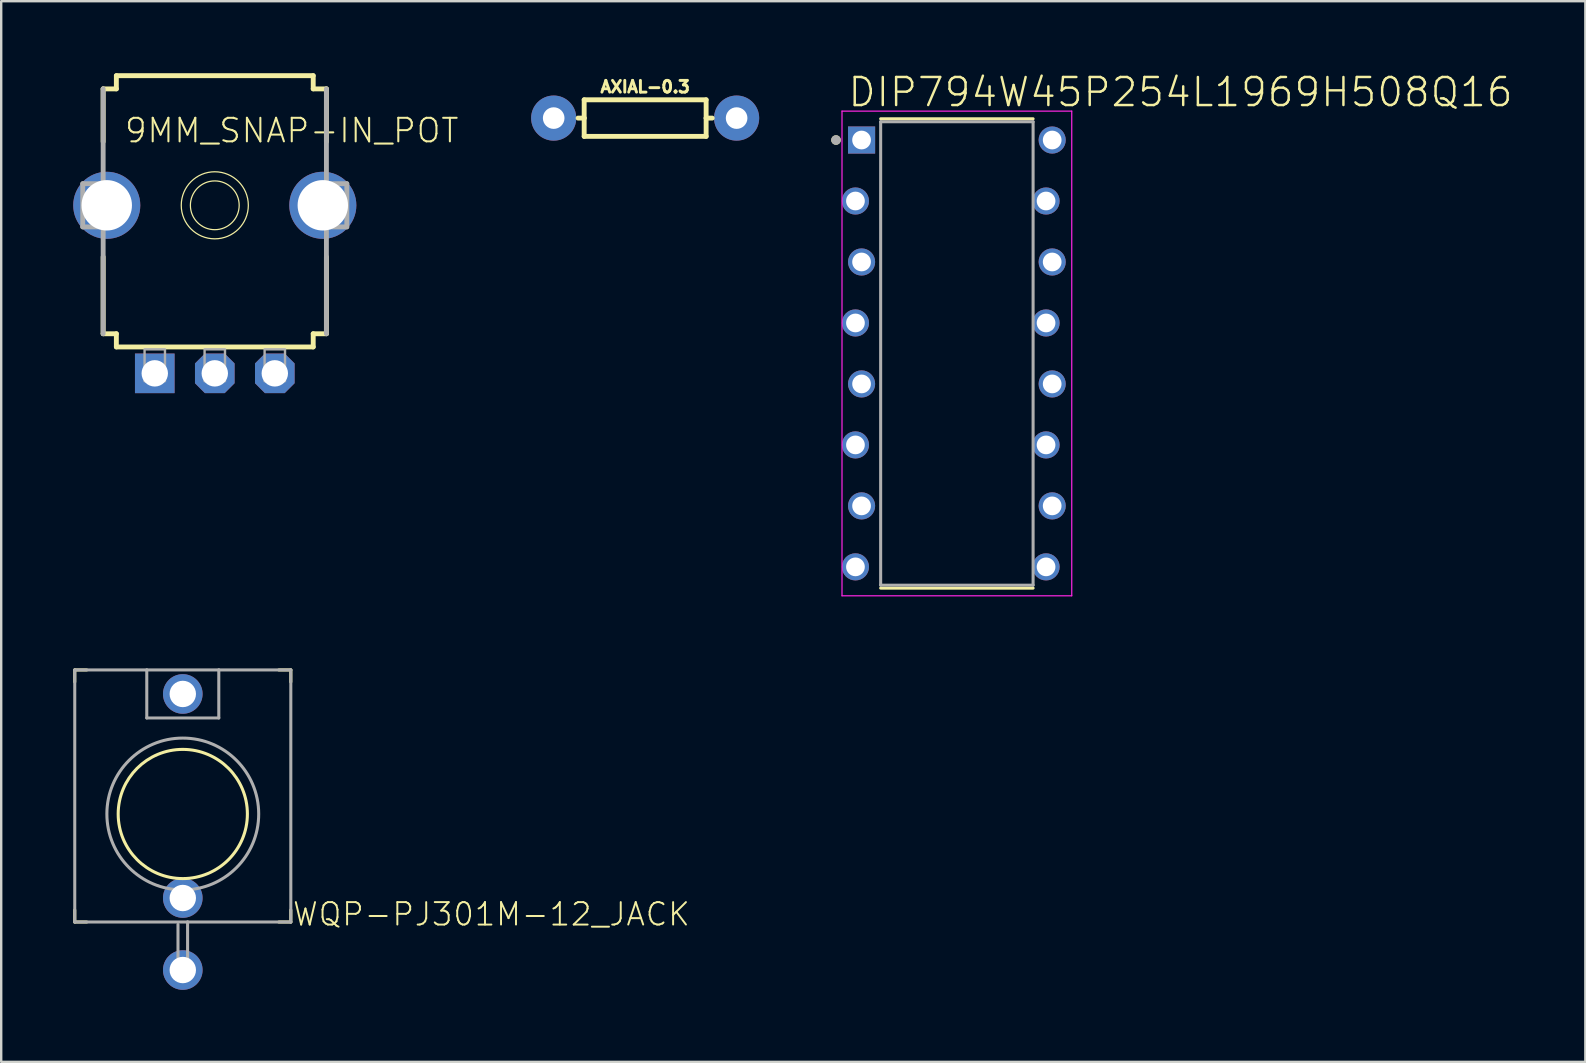
<source format=kicad_pcb>
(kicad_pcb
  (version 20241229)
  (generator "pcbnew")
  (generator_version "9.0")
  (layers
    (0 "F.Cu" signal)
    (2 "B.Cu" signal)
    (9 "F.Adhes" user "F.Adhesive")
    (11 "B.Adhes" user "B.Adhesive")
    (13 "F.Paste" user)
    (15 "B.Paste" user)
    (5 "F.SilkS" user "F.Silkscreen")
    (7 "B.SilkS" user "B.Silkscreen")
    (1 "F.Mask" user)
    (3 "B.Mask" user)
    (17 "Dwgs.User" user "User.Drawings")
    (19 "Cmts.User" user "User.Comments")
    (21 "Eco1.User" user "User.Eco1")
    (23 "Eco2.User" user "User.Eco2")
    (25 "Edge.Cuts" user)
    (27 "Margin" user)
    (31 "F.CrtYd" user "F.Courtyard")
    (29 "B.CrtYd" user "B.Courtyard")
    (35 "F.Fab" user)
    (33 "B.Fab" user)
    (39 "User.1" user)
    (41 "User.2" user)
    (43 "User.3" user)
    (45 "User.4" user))
  (footprint "DIP794W45P254L1969H508Q16"
    (layer "F.Cu")
    (at 36.809 11.673)
    (property "Reference" "DIP794W45P254L1969H508Q16" (at -4.6 -10.2 0) (layer "F.SilkS") (effects (font (size 1.168 1.168) (thickness 0.102)) (justify left bottom)))
    (fp_line (start -3.175 -9.775) (end 3.175 -9.775) (stroke (width 0.127) (type solid)) (layer "F.SilkS"))
    (fp_line (start -3.175 9.775) (end 3.175 9.775) (stroke (width 0.127) (type solid)) (layer "F.SilkS"))
    (fp_circle (center -5.035 -8.89) (end -4.935 -8.89) (stroke (width 0.2) (type solid)) (fill no) (layer "F.SilkS"))
    (fp_line (start -4.785 -10.095) (end -4.785 10.095) (stroke (width 0.05) (type solid)) (layer "F.CrtYd"))
    (fp_line (start 4.785 -10.095) (end -4.785 -10.095) (stroke (width 0.05) (type solid)) (layer "F.CrtYd"))
    (fp_line (start 4.785 -10.095) (end 4.785 10.095) (stroke (width 0.05) (type solid)) (layer "F.CrtYd"))
    (fp_line (start 4.785 10.095) (end -4.785 10.095) (stroke (width 0.05) (type solid)) (layer "F.CrtYd"))
    (fp_line (start -3.175 -9.652) (end -3.175 9.652) (stroke (width 0.127) (type solid)) (layer "F.Fab"))
    (fp_line (start -3.175 -9.652) (end 3.175 -9.652) (stroke (width 0.127) (type solid)) (layer "F.Fab"))
    (fp_line (start -3.175 9.652) (end 3.175 9.652) (stroke (width 0.127) (type solid)) (layer "F.Fab"))
    (fp_line (start 3.175 -9.652) (end 3.175 9.652) (stroke (width 0.127) (type solid)) (layer "F.Fab"))
    (fp_circle (center -5.035 -8.89) (end -4.935 -8.89) (stroke (width 0.2) (type solid)) (fill no) (layer "F.Fab"))
    (pad "1" thru_hole rect (at -3.97 -8.89) (size 1.13 1.13) (drill 0.78) (layers "*.Cu" "*.Mask"))
    (pad "2" thru_hole circle (at -4.225 -6.35) (size 1.13 1.13) (drill 0.78) (layers "*.Cu" "*.Mask"))
    (pad "3" thru_hole circle (at -3.97 -3.81) (size 1.13 1.13) (drill 0.78) (layers "*.Cu" "*.Mask"))
    (pad "4" thru_hole circle (at -4.225 -1.27) (size 1.13 1.13) (drill 0.78) (layers "*.Cu" "*.Mask"))
    (pad "5" thru_hole circle (at -3.97 1.27) (size 1.13 1.13) (drill 0.78) (layers "*.Cu" "*.Mask"))
    (pad "6" thru_hole circle (at -4.225 3.81) (size 1.13 1.13) (drill 0.78) (layers "*.Cu" "*.Mask"))
    (pad "7" thru_hole circle (at -3.97 6.35) (size 1.13 1.13) (drill 0.78) (layers "*.Cu" "*.Mask"))
    (pad "8" thru_hole circle (at -4.225 8.89) (size 1.13 1.13) (drill 0.78) (layers "*.Cu" "*.Mask"))
    (pad "9" thru_hole circle (at 3.715 8.89) (size 1.13 1.13) (drill 0.78) (layers "*.Cu" "*.Mask"))
    (pad "10" thru_hole circle (at 3.97 6.35) (size 1.13 1.13) (drill 0.78) (layers "*.Cu" "*.Mask"))
    (pad "11" thru_hole circle (at 3.715 3.81) (size 1.13 1.13) (drill 0.78) (layers "*.Cu" "*.Mask"))
    (pad "12" thru_hole circle (at 3.97 1.27) (size 1.13 1.13) (drill 0.78) (layers "*.Cu" "*.Mask"))
    (pad "13" thru_hole circle (at 3.715 -1.27) (size 1.13 1.13) (drill 0.78) (layers "*.Cu" "*.Mask"))
    (pad "14" thru_hole circle (at 3.97 -3.81) (size 1.13 1.13) (drill 0.78) (layers "*.Cu" "*.Mask"))
    (pad "15" thru_hole circle (at 3.715 -6.35) (size 1.13 1.13) (drill 0.78) (layers "*.Cu" "*.Mask"))
    (pad "16" thru_hole circle (at 3.97 -8.89) (size 1.13 1.13) (drill 0.78) (layers "*.Cu" "*.Mask")))
  (footprint "AXIAL-0.3"
    (layer "F.Cu")
    (at 23.824 1.869)
    (property "Reference" "AXIAL-0.3" (at 0 -1.016 0) (layer "F.SilkS") (effects (font (size 0.488 0.488) (thickness 0.122)) (justify bottom)))
    (fp_line (start -2.54 -0.762) (end 2.54 -0.762) (stroke (width 0.203) (type solid)) (layer "F.SilkS"))
    (fp_line (start -2.54 0) (end -2.794 0) (stroke (width 0.203) (type solid)) (layer "F.SilkS"))
    (fp_line (start -2.54 0) (end -2.54 -0.762) (stroke (width 0.203) (type solid)) (layer "F.SilkS"))
    (fp_line (start -2.54 0.762) (end -2.54 0) (stroke (width 0.203) (type solid)) (layer "F.SilkS"))
    (fp_line (start 2.54 -0.762) (end 2.54 0) (stroke (width 0.203) (type solid)) (layer "F.SilkS"))
    (fp_line (start 2.54 0) (end 2.54 0.762) (stroke (width 0.203) (type solid)) (layer "F.SilkS"))
    (fp_line (start 2.54 0) (end 2.794 0) (stroke (width 0.203) (type solid)) (layer "F.SilkS"))
    (fp_line (start 2.54 0.762) (end -2.54 0.762) (stroke (width 0.203) (type solid)) (layer "F.SilkS"))
    (pad "P$1" thru_hole circle (at -3.81 0) (size 1.88 1.88) (drill 0.9) (layers "*.Cu" "*.Mask"))
    (pad "P$2" thru_hole circle (at 3.81 0) (size 1.88 1.88) (drill 0.9) (layers "*.Cu" "*.Mask")))
  (footprint "WQP-PJ301M-12_JACK"
    (layer "F.Cu")
    (at 4.564 30.857)
    (property "Reference" "WQP-PJ301M-12_JACK" (at 4.521 4.724 180) (layer "F.SilkS") (effects (font (size 0.935 0.935) (thickness 0.081)) (justify left bottom)))
    (fp_line (start -4.5 -6) (end -4 -6) (stroke (width 0.127) (type solid)) (layer "F.SilkS"))
    (fp_line (start -4.5 -5.5) (end -4.5 -6) (stroke (width 0.127) (type solid)) (layer "F.SilkS"))
    (fp_line (start -4.5 4) (end -4.5 4.5) (stroke (width 0.127) (type solid)) (layer "F.SilkS"))
    (fp_line (start -4.5 4.5) (end -4 4.5) (stroke (width 0.127) (type solid)) (layer "F.SilkS"))
    (fp_line (start 4 -6) (end 4.5 -6) (stroke (width 0.127) (type solid)) (layer "F.SilkS"))
    (fp_line (start 4.5 -6) (end 4.5 -5.5) (stroke (width 0.127) (type solid)) (layer "F.SilkS"))
    (fp_line (start 4.5 4) (end 4.5 4.5) (stroke (width 0.127) (type solid)) (layer "F.SilkS"))
    (fp_line (start 4.5 4.5) (end 4 4.5) (stroke (width 0.127) (type solid)) (layer "F.SilkS"))
    (fp_circle (center 0 0) (end 2.691 0) (stroke (width 0.127) (type solid)) (fill no) (layer "F.SilkS"))
    (fp_line (start -4.5 -6) (end -4.5 4.5) (stroke (width 0.127) (type solid)) (layer "F.Fab"))
    (fp_line (start -4.5 -6) (end -1.5 -6) (stroke (width 0.127) (type solid)) (layer "F.Fab"))
    (fp_line (start -4.5 4.5) (end 0.2 4.5) (stroke (width 0.127) (type solid)) (layer "F.Fab"))
    (fp_line (start -1.5 -6) (end -1.5 -4) (stroke (width 0.127) (type solid)) (layer "F.Fab"))
    (fp_line (start -1.5 -6) (end 1.5 -6) (stroke (width 0.127) (type solid)) (layer "F.Fab"))
    (fp_line (start -1.5 -4) (end 1.5 -4) (stroke (width 0.127) (type solid)) (layer "F.Fab"))
    (fp_line (start -0.2 4.6) (end -0.2 6.7) (stroke (width 0.127) (type solid)) (layer "F.Fab"))
    (fp_line (start -0.2 6.7) (end 0.2 6.7) (stroke (width 0.127) (type solid)) (layer "F.Fab"))
    (fp_line (start 0.2 4.5) (end 4.5 4.5) (stroke (width 0.127) (type solid)) (layer "F.Fab"))
    (fp_line (start 0.2 6.7) (end 0.2 4.5) (stroke (width 0.127) (type solid)) (layer "F.Fab"))
    (fp_line (start 1.5 -6) (end 4.5 -6) (stroke (width 0.127) (type solid)) (layer "F.Fab"))
    (fp_line (start 1.5 -4) (end 1.5 -6) (stroke (width 0.127) (type solid)) (layer "F.Fab"))
    (fp_line (start 4.5 4.5) (end 4.5 -6) (stroke (width 0.127) (type solid)) (layer "F.Fab"))
    (fp_circle (center 0 0) (end 3.162 0) (stroke (width 0.127) (type solid)) (fill no) (layer "F.Fab"))
    (pad "P$1_TIP" thru_hole circle (at 0 -5) (size 1.65 1.65) (drill 1.1) (layers "*.Cu" "*.Mask"))
    (pad "P$2_SWITCH" thru_hole circle (at 0 3.5) (size 1.65 1.65) (drill 1.1) (layers "*.Cu" "*.Mask"))
    (pad "P$3_SLEEVE" thru_hole circle (at 0 6.5) (size 1.65 1.65) (drill 1.1) (layers "*.Cu" "*.Mask"))
    (zone (net_name "") (layer "F.Cu") (hatch edge 0.508) (connect_pads) (min_thickness 0.254) (filled_areas_thickness no) (keepout (tracks not_allowed) (vias not_allowed) (pads not_allowed) (copperpour not_allowed) (footprints allowed)) (placement (enabled no)) (fill) (polygon (pts (xy 1.764 33.657) (xy 7.364 33.657) (xy 7.364 28.057) (xy 1.764 28.057)))))
  (footprint "9MM_SNAP-IN_POT"
    (layer "F.Cu")
    (at 5.897 5.502)
    (property "Reference" "9MM_SNAP-IN_POT" (at -3.81 -2.54 0) (layer "F.SilkS") (effects (font (size 0.981 0.981) (thickness 0.085)) (justify left bottom)))
    (fp_line (start -4.65 -2.65) (end -4.65 -4.85) (stroke (width 0.203) (type solid)) (layer "F.SilkS"))
    (fp_line (start -4.65 5.35) (end -4.65 2.15) (stroke (width 0.203) (type solid)) (layer "F.SilkS"))
    (fp_line (start -4.65 5.35) (end -4.1 5.35) (stroke (width 0.203) (type solid)) (layer "F.SilkS"))
    (fp_line (start -4.1 -5.4) (end -4.1 -4.85) (stroke (width 0.203) (type solid)) (layer "F.SilkS"))
    (fp_line (start -4.1 -5.4) (end 4.1 -5.4) (stroke (width 0.203) (type solid)) (layer "F.SilkS"))
    (fp_line (start -4.1 -4.85) (end -4.65 -4.85) (stroke (width 0.203) (type solid)) (layer "F.SilkS"))
    (fp_line (start -4.1 5.35) (end -4.1 5.9) (stroke (width 0.203) (type solid)) (layer "F.SilkS"))
    (fp_line (start 4.1 -4.85) (end 4.1 -5.4) (stroke (width 0.203) (type solid)) (layer "F.SilkS"))
    (fp_line (start 4.1 5.35) (end 4.65 5.35) (stroke (width 0.203) (type solid)) (layer "F.SilkS"))
    (fp_line (start 4.1 5.9) (end -4.1 5.9) (stroke (width 0.203) (type solid)) (layer "F.SilkS"))
    (fp_line (start 4.1 5.9) (end 4.1 5.35) (stroke (width 0.203) (type solid)) (layer "F.SilkS"))
    (fp_line (start 4.65 -4.85) (end 4.1 -4.85) (stroke (width 0.203) (type solid)) (layer "F.SilkS"))
    (fp_line (start 4.65 -4.85) (end 4.65 -2.65) (stroke (width 0.203) (type solid)) (layer "F.SilkS"))
    (fp_line (start 4.65 2.15) (end 4.65 5.35) (stroke (width 0.203) (type solid)) (layer "F.SilkS"))
    (fp_circle (center 0 0) (end 1.016 0) (stroke (width 0.051) (type solid)) (fill no) (layer "F.SilkS"))
    (fp_circle (center 0 0) (end 1.397 0) (stroke (width 0.051) (type solid)) (fill no) (layer "F.SilkS"))
    (fp_line (start -5.5 -0.9) (end -5.5 0.9) (stroke (width 0.203) (type solid)) (layer "F.Fab"))
    (fp_line (start -5.5 0.9) (end -4.75 0.9) (stroke (width 0.203) (type solid)) (layer "F.Fab"))
    (fp_line (start -4.75 -0.9) (end -5.5 -0.9) (stroke (width 0.203) (type solid)) (layer "F.Fab"))
    (fp_line (start -4.65 5.35) (end -4.65 -4.85) (stroke (width 0.203) (type solid)) (layer "F.Fab"))
    (fp_line (start 4.65 -4.85) (end 4.65 5.35) (stroke (width 0.203) (type solid)) (layer "F.Fab"))
    (fp_line (start 4.75 0.9) (end 5.5 0.9) (stroke (width 0.203) (type solid)) (layer "F.Fab"))
    (fp_line (start 5.5 -0.9) (end 4.75 -0.9) (stroke (width 0.203) (type solid)) (layer "F.Fab"))
    (fp_line (start 5.5 0.9) (end 5.5 -0.9) (stroke (width 0.203) (type solid)) (layer "F.Fab"))
    (fp_poly (pts (xy -2.925 7.325) (xy -2.075 7.325) (xy -2.075 6) (xy -2.925 6)) (stroke (width 0.1) (type solid)) (fill no) (layer "F.Fab"))
    (fp_poly (pts (xy -0.425 7.325) (xy 0.425 7.325) (xy 0.425 6) (xy -0.425 6)) (stroke (width 0.1) (type solid)) (fill no) (layer "F.Fab"))
    (fp_poly (pts (xy 2.075 7.325) (xy 2.925 7.325) (xy 2.925 6) (xy 2.075 6)) (stroke (width 0.1) (type solid)) (fill no) (layer "F.Fab"))
    (pad "1" thru_hole rect (at -2.5 7 270) (size 1.65 1.65) (drill 1.1) (layers "*.Cu" "*.Mask"))
    (pad "2" thru_hole roundrect (at 0 7 270) (size 1.65 1.65) (drill 1.1) (layers "*.Cu" "*.Mask") (roundrect_rratio 0.25) (chamfer_ratio 0.25) (chamfer top_left top_right bottom_left bottom_right))
    (pad "3" thru_hole roundrect (at 2.5 7 270) (size 1.65 1.65) (drill 1.1) (layers "*.Cu" "*.Mask") (roundrect_rratio 0.25) (chamfer_ratio 0.25) (chamfer top_left top_right bottom_left bottom_right))
    (pad "CHASSIS1" thru_hole circle (at -4.5 0 270) (size 2.794 2.794) (drill 2.1) (layers "*.Cu" "*.Mask"))
    (pad "CHASSIS2" thru_hole circle (at 4.5 0 270) (size 2.794 2.794) (drill 2.1) (layers "*.Cu" "*.Mask")))
  (gr_rect
    (start -3 -3)
    (end 62.988 41.182)
    (stroke (width 0.1) (type default))
    (fill no)
    (layer "Edge.Cuts")))
</source>
